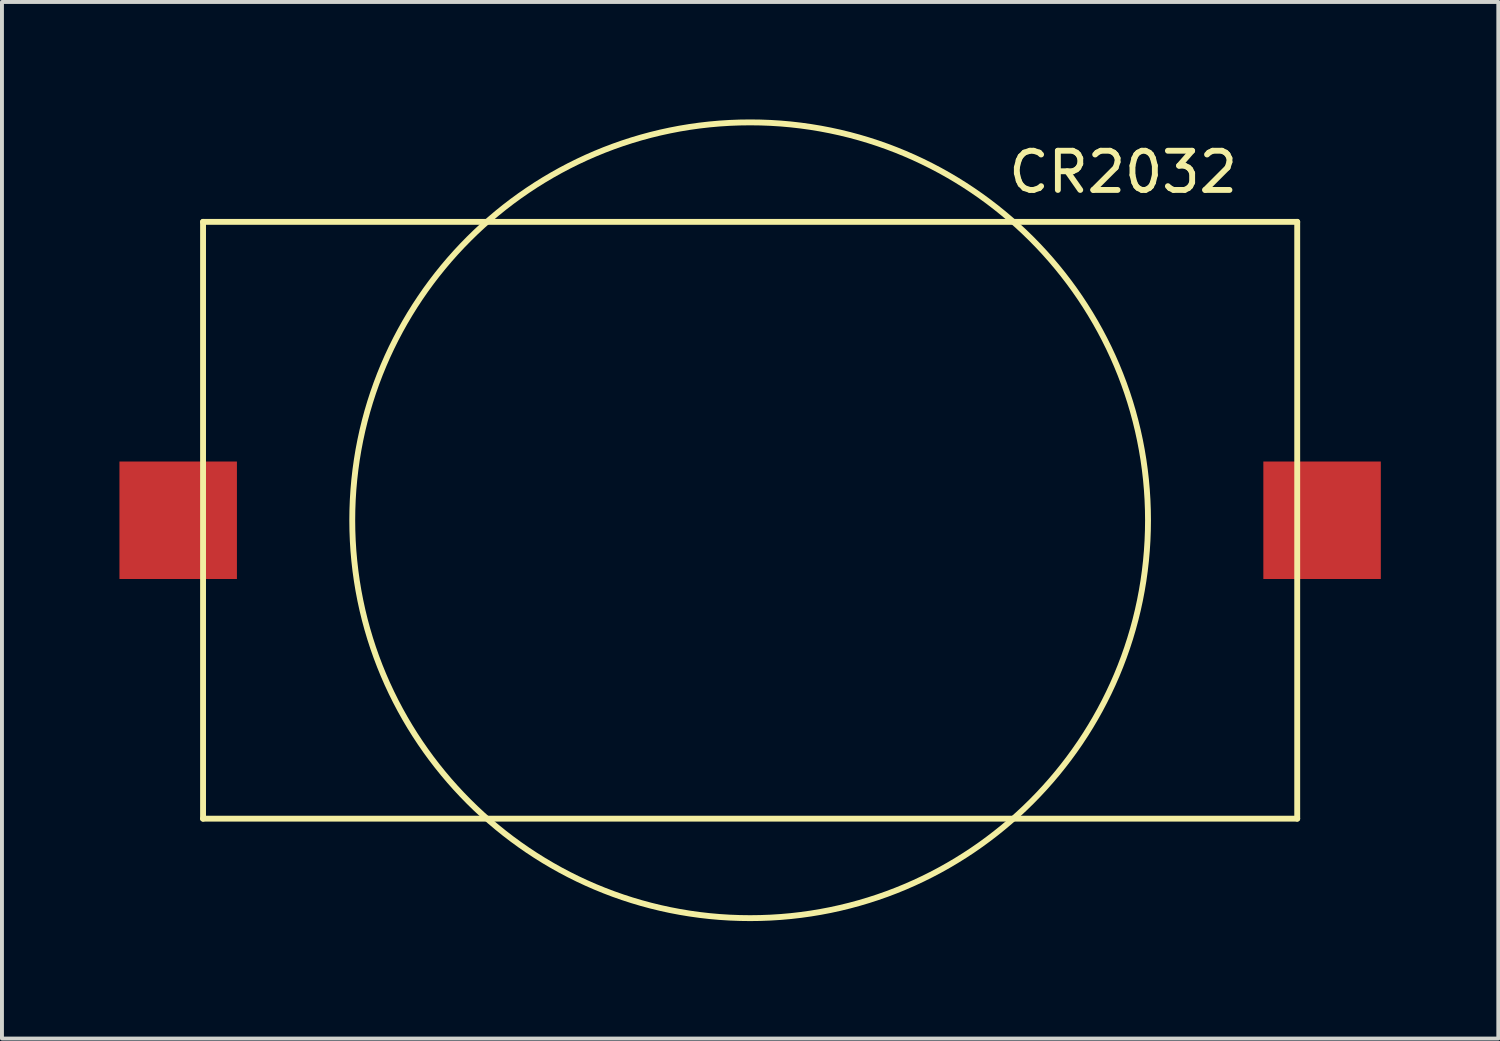
<source format=kicad_pcb>
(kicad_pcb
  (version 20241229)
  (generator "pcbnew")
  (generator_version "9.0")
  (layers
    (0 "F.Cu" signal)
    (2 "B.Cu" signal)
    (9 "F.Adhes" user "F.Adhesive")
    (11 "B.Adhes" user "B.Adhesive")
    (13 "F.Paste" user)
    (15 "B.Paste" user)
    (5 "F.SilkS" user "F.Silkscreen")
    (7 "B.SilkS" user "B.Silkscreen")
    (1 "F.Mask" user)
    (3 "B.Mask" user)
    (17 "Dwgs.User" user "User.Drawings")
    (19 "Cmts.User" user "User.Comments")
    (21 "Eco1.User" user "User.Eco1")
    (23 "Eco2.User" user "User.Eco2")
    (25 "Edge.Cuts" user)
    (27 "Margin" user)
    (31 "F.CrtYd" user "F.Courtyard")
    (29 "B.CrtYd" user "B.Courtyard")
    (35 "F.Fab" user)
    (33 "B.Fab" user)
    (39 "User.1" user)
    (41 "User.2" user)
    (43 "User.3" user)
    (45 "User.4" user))
  (footprint "CR2032"
    (layer "F.Cu")
    (at 16.105 10.235)
    (property "Reference" "CR2032" (at 9.525 -8.89 0) (layer "F.SilkS") (effects (font (size 1 1) (thickness 0.15))))
    (attr through_hole)
    (fp_line (start -13.97 -7.62) (end -13.97 7.62) (stroke (width 0.15) (type solid)) (layer "F.SilkS"))
    (fp_line (start -13.97 7.62) (end 13.97 7.62) (stroke (width 0.15) (type solid)) (layer "F.SilkS"))
    (fp_line (start 13.97 -7.62) (end -13.97 -7.62) (stroke (width 0.15) (type solid)) (layer "F.SilkS"))
    (fp_line (start 13.97 7.62) (end 13.97 -7.62) (stroke (width 0.15) (type solid)) (layer "F.SilkS"))
    (fp_circle (center 0 0) (end 10.16 0) (stroke (width 0.15) (type solid)) (fill no) (layer "F.SilkS"))
    (pad "1" smd rect (at -14.605 0) (size 3 3) (layers "F.Cu" "F.Mask" "F.Paste"))
    (pad "2" smd rect (at 14.605 0) (size 3 3) (layers "F.Cu" "F.Mask" "F.Paste")))
  (gr_rect
    (start -3 -3)
    (end 35.21 23.47)
    (stroke (width 0.1) (type default))
    (fill no)
    (layer "Edge.Cuts")))
</source>
